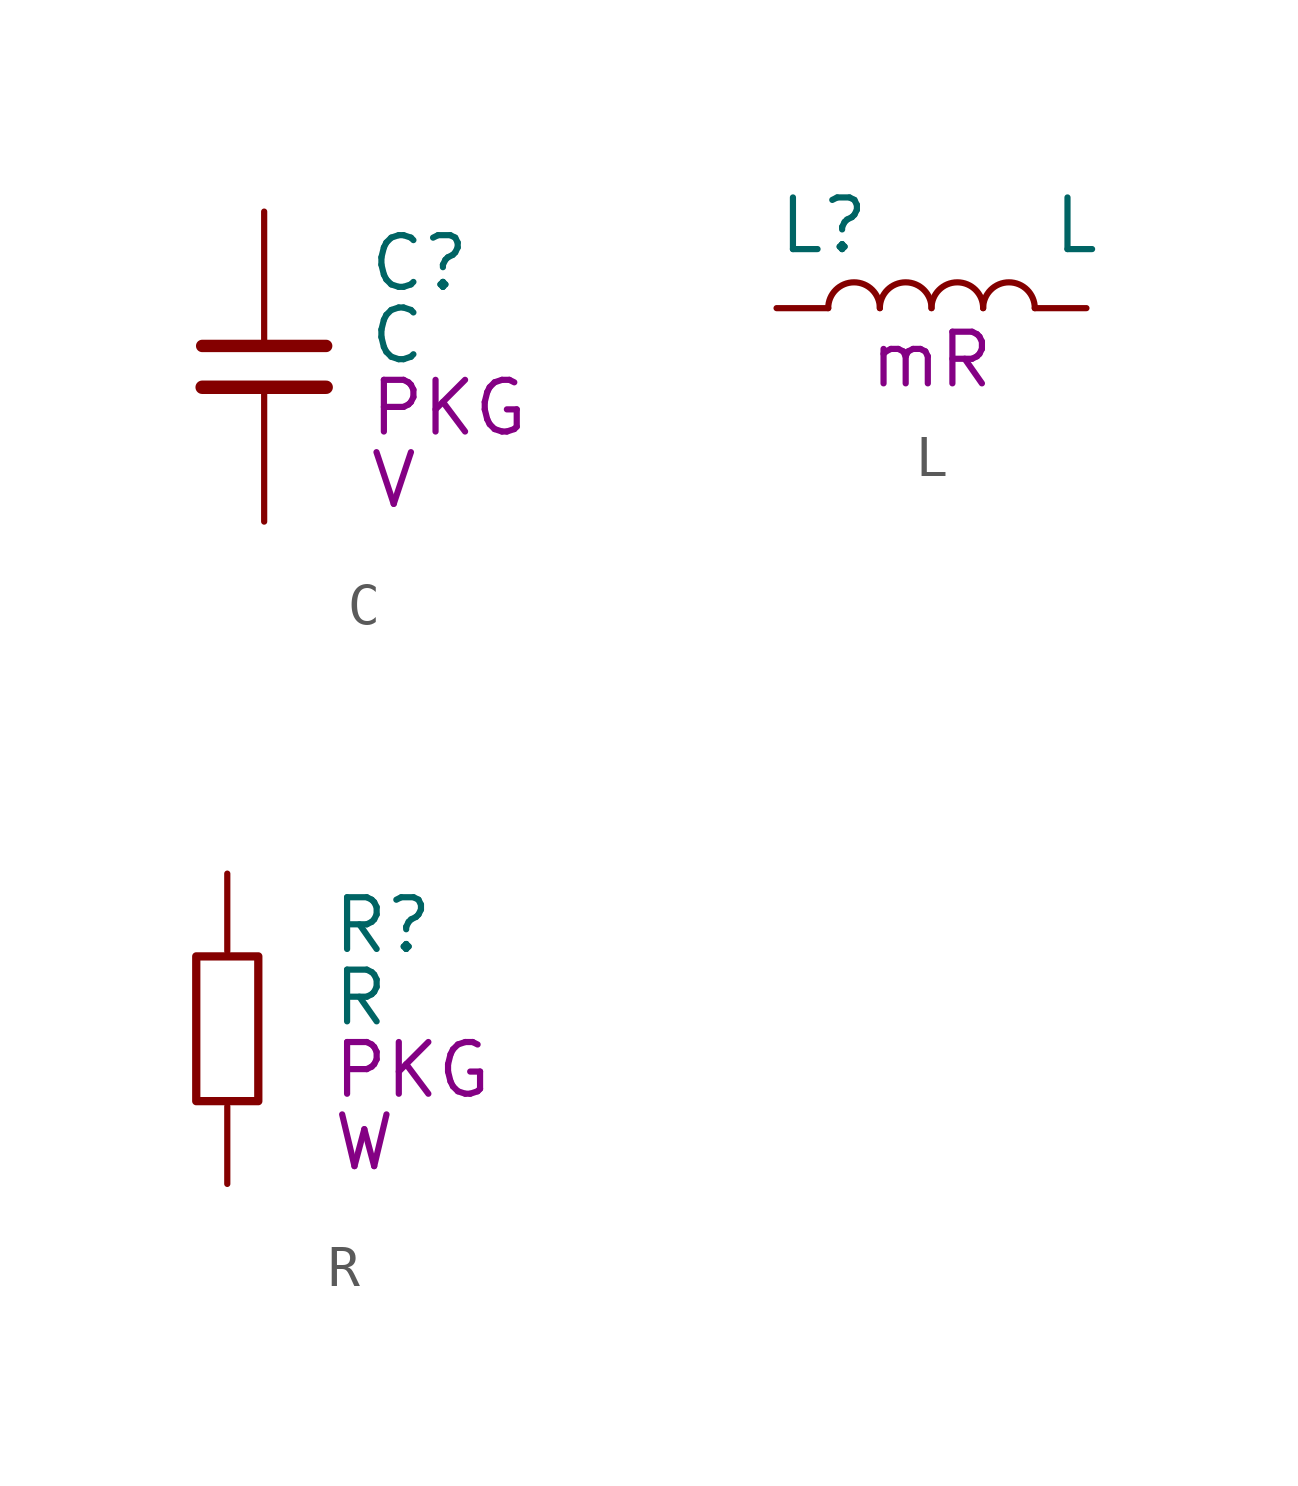
<source format=kicad_sym>
(kicad_symbol_lib
  (version 20241209)
  (generator "kicad_symbol_editor")
  (generator_version "9.0")
  (symbol "C"
    (pin_numbers
      (hide yes))
    (property "Reference" "C"
      (at 2.54 -1.27 0)
      (effects (font (size 1.27 1.27)) (justify left)))
    (property "Value" "C"
      (at 2.54 -3.048 0)
      (effects (font (size 1.27 1.27)) (justify left)))
    (property "Package" "PKG"
      (at 2.54 -4.826 0)
      (effects (font (size 1.27 1.27)) (justify left)))
    (property "Voltage Rating" "V"
      (at 2.54 -6.604 0)
      (effects (font (size 1.27 1.27)) (justify left)))
    (symbol "C_0_1"
      (polyline (pts (xy -1.524 -3.302) (xy 1.524 -3.302)) (stroke (width 0.305) (type default)) (fill (type none)))
      (polyline (pts (xy -1.524 -4.318) (xy 1.524 -4.318)) (stroke (width 0.33) (type default)) (fill (type none))))
    (symbol "C_1_1"
      (pin passive line (at 0 0 270) (length 3.175) (name "~" (effects (font (size 1.27 1.27)))) (number "1" (effects (font (size 1.27 1.27)))))
      (pin passive line (at 0 -7.62 90) (length 3.175) (name "~" (effects (font (size 1.27 1.27)))) (number "2" (effects (font (size 1.27 1.27)))))))
  (symbol "L"
    (pin_numbers
      (hide yes))
    (pin_names
      (offset 1.016)
      (hide yes))
    (property "Reference" "L"
      (at -3.81 2.032 0)
      (effects (font (size 1.27 1.27)) (justify left)))
    (property "Value" "L"
      (at 3.556 2.032 0)
      (effects (font (size 1.27 1.27))))
    (property "ESR" "mR"
      (at 0 -1.27 0)
      (effects (font (size 1.27 1.27))))
    (symbol "L_0_1"
      (arc (start -2.54 0) (mid -1.905 0.6323) (end -1.27 0) (stroke (width 0) (type default)) (fill (type none)))
      (arc (start -1.27 0) (mid -0.635 0.6323) (end 0 0) (stroke (width 0) (type default)) (fill (type none)))
      (arc (start 0 0) (mid 0.635 0.6323) (end 1.27 0) (stroke (width 0) (type default)) (fill (type none)))
      (arc (start 1.27 0) (mid 1.905 0.6323) (end 2.54 0) (stroke (width 0) (type default)) (fill (type none))))
    (symbol "L_1_1"
      (pin passive line (at -3.81 0 0) (length 1.27) (name "1" (effects (font (size 1.27 1.27)))) (number "1" (effects (font (size 1.27 1.27)))))
      (pin passive line (at 3.81 0 180) (length 1.27) (name "2" (effects (font (size 1.27 1.27)))) (number "2" (effects (font (size 1.27 1.27)))))))
  (symbol "R"
    (pin_numbers
      (hide yes))
    (property "Reference" "R"
      (at 2.54 -1.27 0)
      (effects (font (size 1.27 1.27)) (justify left)))
    (property "Value" "R"
      (at 2.54 -3.048 0)
      (effects (font (size 1.27 1.27)) (justify left)))
    (property "Package" "PKG"
      (at 2.54 -4.826 0)
      (effects (font (size 1.27 1.27)) (justify left)))
    (property "Power" "W"
      (at 2.54 -6.604 0)
      (effects (font (size 1.27 1.27)) (justify left)))
    (symbol "R_0_1"
      (rectangle (start -0.762 -2.032) (end 0.762 -5.588) (stroke (width 0.203) (type default)) (fill (type none))))
    (symbol "R_1_1"
      (pin passive line (at 0 0 270) (length 1.905) (name "~" (effects (font (size 1.27 1.27)))) (number "1" (effects (font (size 1.27 1.27)))))
      (pin passive line (at 0 -7.62 90) (length 1.905) (name "~" (effects (font (size 1.27 1.27)))) (number "2" (effects (font (size 1.27 1.27))))))))
</source>
